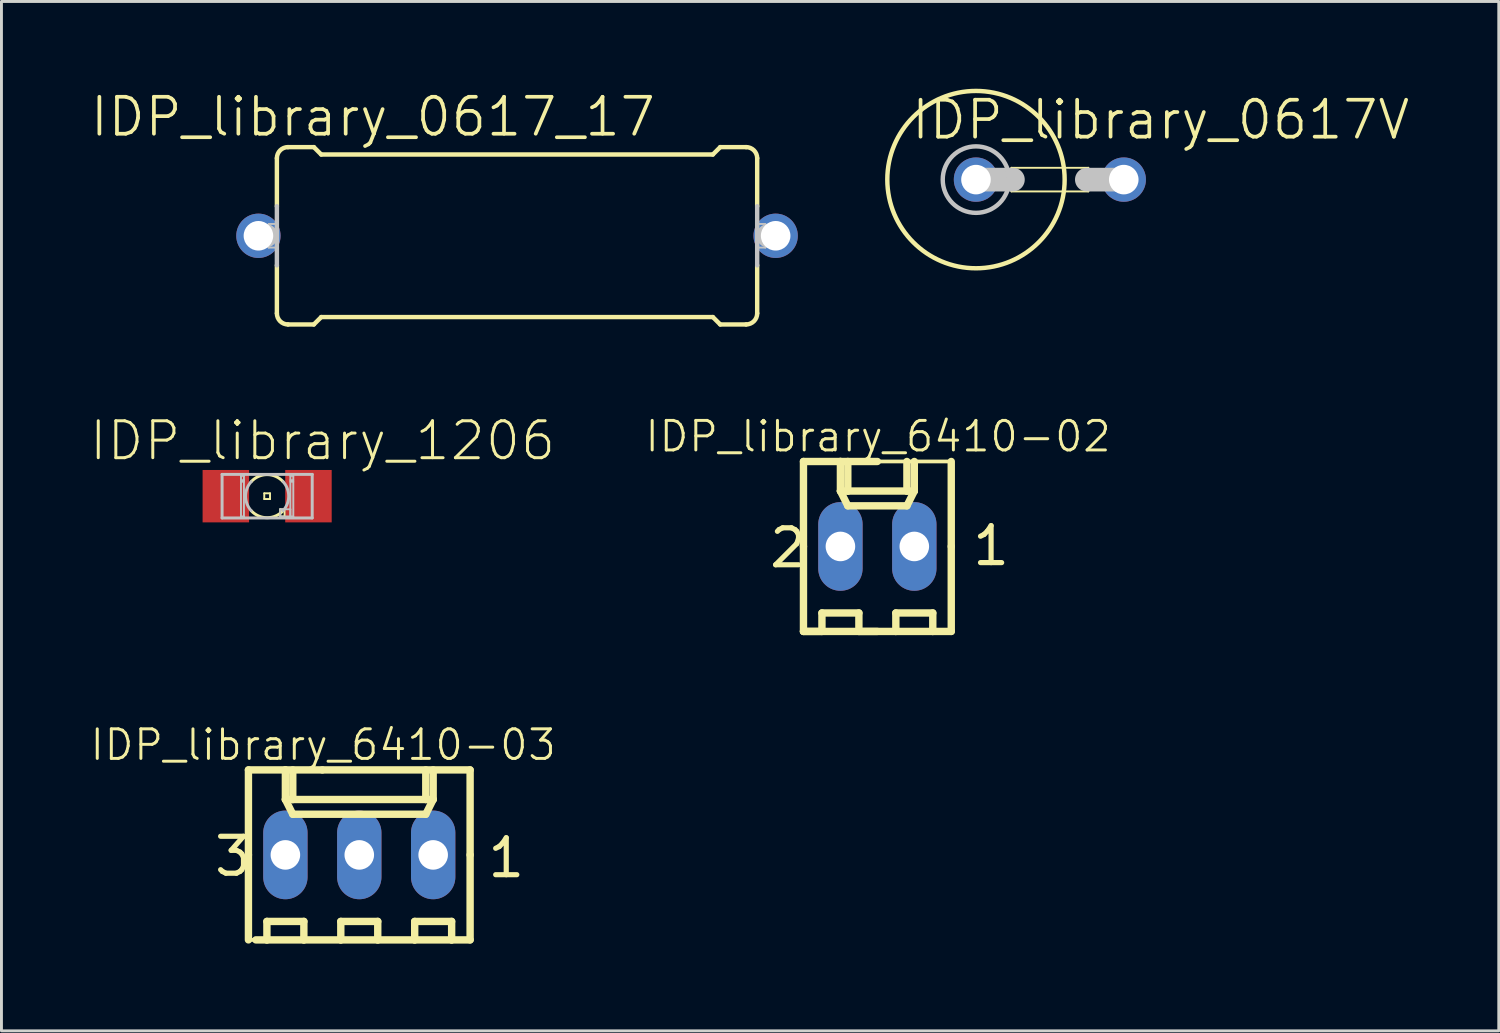
<source format=kicad_pcb>
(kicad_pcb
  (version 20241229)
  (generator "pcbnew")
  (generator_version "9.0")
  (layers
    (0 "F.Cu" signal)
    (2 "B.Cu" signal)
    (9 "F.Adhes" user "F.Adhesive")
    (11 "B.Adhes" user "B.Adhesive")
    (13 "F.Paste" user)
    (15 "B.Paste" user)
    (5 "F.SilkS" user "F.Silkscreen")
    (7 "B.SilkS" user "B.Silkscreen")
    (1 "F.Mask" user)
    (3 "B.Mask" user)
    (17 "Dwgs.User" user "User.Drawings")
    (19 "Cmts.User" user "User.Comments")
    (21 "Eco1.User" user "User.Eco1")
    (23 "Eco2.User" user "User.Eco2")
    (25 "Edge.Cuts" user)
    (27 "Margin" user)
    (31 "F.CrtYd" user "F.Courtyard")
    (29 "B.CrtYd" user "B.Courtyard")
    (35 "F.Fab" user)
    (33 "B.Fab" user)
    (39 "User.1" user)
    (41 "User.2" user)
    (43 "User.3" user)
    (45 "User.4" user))
  (footprint "IDP_library_0617_17"
    (layer "F.Cu")
    (at 14.723 5.055)
    (property "Reference" "IDP_library_0617_17" (at -4.953 -4.089 0) (layer "F.SilkS") (effects (font (size 1.27 1.27) (thickness 0.127))))
    (attr exclude_from_pos_files exclude_from_bom)
    (fp_line (start -8.255 -1.016) (end -8.255 -2.667) (stroke (width 0.152) (type solid)) (layer "F.SilkS"))
    (fp_line (start -8.255 2.667) (end -8.255 1.016) (stroke (width 0.152) (type solid)) (layer "F.SilkS"))
    (fp_line (start -7.874 -3.048) (end -6.985 -3.048) (stroke (width 0.152) (type solid)) (layer "F.SilkS"))
    (fp_line (start -7.874 3.048) (end -6.985 3.048) (stroke (width 0.152) (type solid)) (layer "F.SilkS"))
    (fp_line (start -6.731 -2.794) (end -6.985 -3.048) (stroke (width 0.152) (type solid)) (layer "F.SilkS"))
    (fp_line (start -6.731 2.794) (end -6.985 3.048) (stroke (width 0.152) (type solid)) (layer "F.SilkS"))
    (fp_line (start 6.731 -2.794) (end -6.731 -2.794) (stroke (width 0.152) (type solid)) (layer "F.SilkS"))
    (fp_line (start 6.731 -2.794) (end 6.985 -3.048) (stroke (width 0.152) (type solid)) (layer "F.SilkS"))
    (fp_line (start 6.731 2.794) (end -6.731 2.794) (stroke (width 0.152) (type solid)) (layer "F.SilkS"))
    (fp_line (start 6.731 2.794) (end 6.985 3.048) (stroke (width 0.152) (type solid)) (layer "F.SilkS"))
    (fp_line (start 7.874 -3.048) (end 6.985 -3.048) (stroke (width 0.152) (type solid)) (layer "F.SilkS"))
    (fp_line (start 7.874 3.048) (end 6.985 3.048) (stroke (width 0.152) (type solid)) (layer "F.SilkS"))
    (fp_line (start 8.255 -1.016) (end 8.255 -2.667) (stroke (width 0.152) (type solid)) (layer "F.SilkS"))
    (fp_line (start 8.255 2.667) (end 8.255 1.016) (stroke (width 0.152) (type solid)) (layer "F.SilkS"))
    (fp_arc (start -8.255 -2.667) (mid -8.143408 -2.936408) (end -7.874 -3.048) (stroke (width 0.1524) (type solid)) (layer "F.SilkS"))
    (fp_arc (start -7.874 3.048) (mid -8.143408 2.936408) (end -8.255 2.667) (stroke (width 0.1524) (type solid)) (layer "F.SilkS"))
    (fp_arc (start 7.874 -3.048) (mid 8.143408 -2.936408) (end 8.255 -2.667) (stroke (width 0.1524) (type solid)) (layer "F.SilkS"))
    (fp_arc (start 8.255 2.667) (mid 8.143408 2.936408) (end 7.874 3.048) (stroke (width 0.1524) (type solid)) (layer "F.SilkS"))
    (fp_line (start -8.89 0) (end -8.636 0) (stroke (width 0.813) (type solid)) (layer "Dwgs.User"))
    (fp_line (start -8.534 -0.406) (end -8.23 -0.406) (stroke (width 0.066) (type solid)) (layer "Dwgs.User"))
    (fp_line (start -8.534 0.406) (end -8.534 -0.406) (stroke (width 0.066) (type solid)) (layer "Dwgs.User"))
    (fp_line (start -8.534 0.406) (end -8.23 0.406) (stroke (width 0.066) (type solid)) (layer "Dwgs.User"))
    (fp_line (start -8.255 -1.016) (end -8.255 1.016) (stroke (width 0.152) (type solid)) (layer "Dwgs.User"))
    (fp_line (start -8.23 0.406) (end -8.23 -0.406) (stroke (width 0.066) (type solid)) (layer "Dwgs.User"))
    (fp_line (start 8.23 -0.406) (end 8.534 -0.406) (stroke (width 0.066) (type solid)) (layer "Dwgs.User"))
    (fp_line (start 8.23 0.406) (end 8.23 -0.406) (stroke (width 0.066) (type solid)) (layer "Dwgs.User"))
    (fp_line (start 8.23 0.406) (end 8.534 0.406) (stroke (width 0.066) (type solid)) (layer "Dwgs.User"))
    (fp_line (start 8.255 -1.016) (end 8.255 1.016) (stroke (width 0.152) (type solid)) (layer "Dwgs.User"))
    (fp_line (start 8.534 0.406) (end 8.534 -0.406) (stroke (width 0.066) (type solid)) (layer "Dwgs.User"))
    (fp_line (start 8.636 0) (end 8.89 0) (stroke (width 0.813) (type solid)) (layer "Dwgs.User"))
    (pad "1" thru_hole circle (at -8.89 0) (size 1.524 1.524) (drill 1.016) (layers "*.Cu" "*.Paste" "*.Mask"))
    (pad "2" thru_hole circle (at 8.89 0) (size 1.524 1.524) (drill 1.016) (layers "*.Cu" "*.Paste" "*.Mask")))
  (footprint "IDP_library_6410-02"
    (layer "F.Cu")
    (at 27.109 15.734)
    (property "Reference" "IDP_library_6410-02" (at 0.025 -3.782 0) (layer "F.SilkS") (effects (font (size 1.016 1.016) (thickness 0.102))))
    (attr exclude_from_pos_files exclude_from_bom)
    (fp_line (start -2.54 -2.921) (end -1.27 -2.921) (stroke (width 0.254) (type solid)) (layer "F.SilkS"))
    (fp_line (start -2.54 0) (end -2.54 -2.921) (stroke (width 0.254) (type solid)) (layer "F.SilkS"))
    (fp_line (start -2.54 0) (end -2.54 2.921) (stroke (width 0.254) (type solid)) (layer "F.SilkS"))
    (fp_line (start -2.54 2.921) (end -1.905 2.921) (stroke (width 0.254) (type solid)) (layer "F.SilkS"))
    (fp_line (start -2.54 2.921) (end 0 2.921) (stroke (width 0.254) (type solid)) (layer "F.SilkS"))
    (fp_line (start -2.286 2.921) (end -1.905 2.921) (stroke (width 0.127) (type solid)) (layer "F.SilkS"))
    (fp_line (start -1.905 2.286) (end -0.635 2.286) (stroke (width 0.254) (type solid)) (layer "F.SilkS"))
    (fp_line (start -1.905 2.921) (end -1.905 2.286) (stroke (width 0.254) (type solid)) (layer "F.SilkS"))
    (fp_line (start -1.27 -2.921) (end 0 -2.921) (stroke (width 0.254) (type solid)) (layer "F.SilkS"))
    (fp_line (start -1.27 -2.54) (end -1.27 -2.921) (stroke (width 0.127) (type solid)) (layer "F.SilkS"))
    (fp_line (start -1.27 -1.905) (end -1.27 -2.921) (stroke (width 0.254) (type solid)) (layer "F.SilkS"))
    (fp_line (start -1.27 -1.905) (end -1.016 -1.905) (stroke (width 0.254) (type solid)) (layer "F.SilkS"))
    (fp_line (start -1.27 -1.905) (end -1.016 -1.397) (stroke (width 0.254) (type solid)) (layer "F.SilkS"))
    (fp_line (start -1.016 -2.921) (end -1.27 -2.921) (stroke (width 0.127) (type solid)) (layer "F.SilkS"))
    (fp_line (start -1.016 -2.921) (end -1.016 -1.905) (stroke (width 0.254) (type solid)) (layer "F.SilkS"))
    (fp_line (start -1.016 -1.905) (end 1.016 -1.905) (stroke (width 0.254) (type solid)) (layer "F.SilkS"))
    (fp_line (start -1.016 -1.397) (end 1.016 -1.397) (stroke (width 0.254) (type solid)) (layer "F.SilkS"))
    (fp_line (start -0.635 2.286) (end -0.635 2.921) (stroke (width 0.254) (type solid)) (layer "F.SilkS"))
    (fp_line (start -0.635 2.921) (end 0.635 2.921) (stroke (width 0.254) (type solid)) (layer "F.SilkS"))
    (fp_line (start 0.635 2.286) (end 1.905 2.286) (stroke (width 0.254) (type solid)) (layer "F.SilkS"))
    (fp_line (start 0.635 2.921) (end 0 2.921) (stroke (width 0.127) (type solid)) (layer "F.SilkS"))
    (fp_line (start 0.635 2.921) (end 0.635 2.286) (stroke (width 0.254) (type solid)) (layer "F.SilkS"))
    (fp_line (start 1.016 -2.921) (end 1.016 -1.905) (stroke (width 0.254) (type solid)) (layer "F.SilkS"))
    (fp_line (start 1.016 -1.905) (end 1.27 -1.905) (stroke (width 0.254) (type solid)) (layer "F.SilkS"))
    (fp_line (start 1.016 -1.397) (end 1.27 -1.905) (stroke (width 0.254) (type solid)) (layer "F.SilkS"))
    (fp_line (start 1.27 -1.905) (end 1.27 -2.921) (stroke (width 0.254) (type solid)) (layer "F.SilkS"))
    (fp_line (start 1.905 2.286) (end 1.905 2.921) (stroke (width 0.254) (type solid)) (layer "F.SilkS"))
    (fp_line (start 1.905 2.921) (end 0.635 2.921) (stroke (width 0.254) (type solid)) (layer "F.SilkS"))
    (fp_line (start 1.905 2.921) (end 2.54 2.921) (stroke (width 0.254) (type solid)) (layer "F.SilkS"))
    (fp_line (start 2.54 -2.921) (end 0 -2.921) (stroke (width 0.127) (type solid)) (layer "F.SilkS"))
    (fp_line (start 2.54 0) (end 2.54 -2.921) (stroke (width 0.254) (type solid)) (layer "F.SilkS"))
    (fp_line (start 2.54 0) (end 2.54 2.921) (stroke (width 0.254) (type solid)) (layer "F.SilkS"))
    (fp_line (start 2.54 2.921) (end 1.905 2.921) (stroke (width 0.127) (type solid)) (layer "F.SilkS"))
    (fp_line (start -1.524 -0.254) (end -1.016 -0.254) (stroke (width 0.066) (type solid)) (layer "Dwgs.User"))
    (fp_line (start -1.524 0.254) (end -1.524 -0.254) (stroke (width 0.066) (type solid)) (layer "Dwgs.User"))
    (fp_line (start -1.524 0.254) (end -1.016 0.254) (stroke (width 0.066) (type solid)) (layer "Dwgs.User"))
    (fp_line (start -1.016 0.254) (end -1.016 -0.254) (stroke (width 0.066) (type solid)) (layer "Dwgs.User"))
    (fp_line (start 1.016 -0.254) (end 1.524 -0.254) (stroke (width 0.066) (type solid)) (layer "Dwgs.User"))
    (fp_line (start 1.016 0.254) (end 1.016 -0.254) (stroke (width 0.066) (type solid)) (layer "Dwgs.User"))
    (fp_line (start 1.016 0.254) (end 1.524 0.254) (stroke (width 0.066) (type solid)) (layer "Dwgs.User"))
    (fp_line (start 1.524 0.254) (end 1.524 -0.254) (stroke (width 0.066) (type solid)) (layer "Dwgs.User"))
    (fp_text user "2" (at -3.073 0.051 0) (layer "F.SilkS") (effects (font (size 1.27 1.27) (thickness 0.178))))
    (fp_text user "1" (at 3.909 -0.023 0) (layer "F.SilkS") (effects (font (size 1.27 1.27) (thickness 0.178))))
    (pad "1" thru_hole oval (at 1.27 0 180) (size 1.524 3.048) (drill 1.016) (layers "*.Cu" "*.Paste" "*.Mask"))
    (pad "2" thru_hole oval (at -1.27 0 180) (size 1.524 3.048) (drill 1.016) (layers "*.Cu" "*.Paste" "*.Mask")))
  (footprint "IDP_library_6410-03"
    (layer "F.Cu")
    (at 9.3 26.337)
    (property "Reference" "IDP_library_6410-03" (at -1.242 -3.782 0) (layer "F.SilkS") (effects (font (size 1.016 1.016) (thickness 0.102))))
    (attr exclude_from_pos_files exclude_from_bom)
    (fp_line (start -3.81 -2.921) (end -2.54 -2.921) (stroke (width 0.254) (type solid)) (layer "F.SilkS"))
    (fp_line (start -3.81 0) (end -3.81 -2.921) (stroke (width 0.254) (type solid)) (layer "F.SilkS"))
    (fp_line (start -3.81 0) (end -3.81 2.921) (stroke (width 0.254) (type solid)) (layer "F.SilkS"))
    (fp_line (start -3.81 2.921) (end -1.27 2.921) (stroke (width 0.127) (type solid)) (layer "F.SilkS"))
    (fp_line (start -3.556 2.921) (end -3.175 2.921) (stroke (width 0.254) (type solid)) (layer "F.SilkS"))
    (fp_line (start -3.175 2.286) (end -1.905 2.286) (stroke (width 0.254) (type solid)) (layer "F.SilkS"))
    (fp_line (start -3.175 2.921) (end -3.175 2.286) (stroke (width 0.254) (type solid)) (layer "F.SilkS"))
    (fp_line (start -2.54 -2.921) (end -1.27 -2.921) (stroke (width 0.254) (type solid)) (layer "F.SilkS"))
    (fp_line (start -2.54 -2.54) (end -2.54 -2.921) (stroke (width 0.127) (type solid)) (layer "F.SilkS"))
    (fp_line (start -2.54 -1.905) (end -2.54 -2.921) (stroke (width 0.254) (type solid)) (layer "F.SilkS"))
    (fp_line (start -2.54 -1.905) (end -2.286 -1.905) (stroke (width 0.254) (type solid)) (layer "F.SilkS"))
    (fp_line (start -2.54 -1.905) (end -2.286 -1.397) (stroke (width 0.254) (type solid)) (layer "F.SilkS"))
    (fp_line (start -2.286 -2.921) (end -2.54 -2.921) (stroke (width 0.127) (type solid)) (layer "F.SilkS"))
    (fp_line (start -2.286 -2.921) (end -2.286 -1.905) (stroke (width 0.254) (type solid)) (layer "F.SilkS"))
    (fp_line (start -2.286 -1.905) (end 2.286 -1.905) (stroke (width 0.254) (type solid)) (layer "F.SilkS"))
    (fp_line (start -2.286 -1.397) (end 2.286 -1.397) (stroke (width 0.254) (type solid)) (layer "F.SilkS"))
    (fp_line (start -1.905 2.286) (end -1.905 2.921) (stroke (width 0.254) (type solid)) (layer "F.SilkS"))
    (fp_line (start -1.905 2.921) (end -3.175 2.921) (stroke (width 0.254) (type solid)) (layer "F.SilkS"))
    (fp_line (start -1.905 2.921) (end -0.635 2.921) (stroke (width 0.254) (type solid)) (layer "F.SilkS"))
    (fp_line (start -0.635 2.286) (end 0.635 2.286) (stroke (width 0.254) (type solid)) (layer "F.SilkS"))
    (fp_line (start -0.635 2.921) (end -1.27 2.921) (stroke (width 0.127) (type solid)) (layer "F.SilkS"))
    (fp_line (start -0.635 2.921) (end -0.635 2.286) (stroke (width 0.254) (type solid)) (layer "F.SilkS"))
    (fp_line (start 0.635 2.286) (end 0.635 2.921) (stroke (width 0.254) (type solid)) (layer "F.SilkS"))
    (fp_line (start 0.635 2.921) (end -0.635 2.921) (stroke (width 0.254) (type solid)) (layer "F.SilkS"))
    (fp_line (start 0.635 2.921) (end 1.905 2.921) (stroke (width 0.254) (type solid)) (layer "F.SilkS"))
    (fp_line (start 1.905 2.286) (end 3.175 2.286) (stroke (width 0.254) (type solid)) (layer "F.SilkS"))
    (fp_line (start 1.905 2.921) (end 1.905 2.286) (stroke (width 0.254) (type solid)) (layer "F.SilkS"))
    (fp_line (start 2.286 -2.921) (end 2.286 -1.905) (stroke (width 0.254) (type solid)) (layer "F.SilkS"))
    (fp_line (start 2.286 -1.905) (end 2.54 -1.905) (stroke (width 0.254) (type solid)) (layer "F.SilkS"))
    (fp_line (start 2.286 -1.397) (end 2.54 -1.905) (stroke (width 0.254) (type solid)) (layer "F.SilkS"))
    (fp_line (start 2.54 -1.905) (end 2.54 -2.921) (stroke (width 0.254) (type solid)) (layer "F.SilkS"))
    (fp_line (start 3.175 2.286) (end 3.175 2.921) (stroke (width 0.254) (type solid)) (layer "F.SilkS"))
    (fp_line (start 3.175 2.921) (end 1.905 2.921) (stroke (width 0.254) (type solid)) (layer "F.SilkS"))
    (fp_line (start 3.175 2.921) (end 3.81 2.921) (stroke (width 0.254) (type solid)) (layer "F.SilkS"))
    (fp_line (start 3.81 -2.921) (end -1.27 -2.921) (stroke (width 0.254) (type solid)) (layer "F.SilkS"))
    (fp_line (start 3.81 0) (end 3.81 -2.921) (stroke (width 0.254) (type solid)) (layer "F.SilkS"))
    (fp_line (start 3.81 0) (end 3.81 2.921) (stroke (width 0.254) (type solid)) (layer "F.SilkS"))
    (fp_line (start -2.794 -0.254) (end -2.286 -0.254) (stroke (width 0.066) (type solid)) (layer "Dwgs.User"))
    (fp_line (start -2.794 0.254) (end -2.794 -0.254) (stroke (width 0.066) (type solid)) (layer "Dwgs.User"))
    (fp_line (start -2.794 0.254) (end -2.286 0.254) (stroke (width 0.066) (type solid)) (layer "Dwgs.User"))
    (fp_line (start -2.286 0.254) (end -2.286 -0.254) (stroke (width 0.066) (type solid)) (layer "Dwgs.User"))
    (fp_line (start -0.254 -0.254) (end 0.254 -0.254) (stroke (width 0.066) (type solid)) (layer "Dwgs.User"))
    (fp_line (start -0.254 0.254) (end -0.254 -0.254) (stroke (width 0.066) (type solid)) (layer "Dwgs.User"))
    (fp_line (start -0.254 0.254) (end 0.254 0.254) (stroke (width 0.066) (type solid)) (layer "Dwgs.User"))
    (fp_line (start 0.254 0.254) (end 0.254 -0.254) (stroke (width 0.066) (type solid)) (layer "Dwgs.User"))
    (fp_line (start 2.286 -0.254) (end 2.794 -0.254) (stroke (width 0.066) (type solid)) (layer "Dwgs.User"))
    (fp_line (start 2.286 0.254) (end 2.286 -0.254) (stroke (width 0.066) (type solid)) (layer "Dwgs.User"))
    (fp_line (start 2.286 0.254) (end 2.794 0.254) (stroke (width 0.066) (type solid)) (layer "Dwgs.User"))
    (fp_line (start 2.794 0.254) (end 2.794 -0.254) (stroke (width 0.066) (type solid)) (layer "Dwgs.User"))
    (fp_text user "3" (at -4.343 0.051 0) (layer "F.SilkS") (effects (font (size 1.27 1.27) (thickness 0.178))))
    (fp_text user "1" (at 5.052 0.102 0) (layer "F.SilkS") (effects (font (size 1.27 1.27) (thickness 0.178))))
    (pad "1" thru_hole oval (at 2.54 0 180) (size 1.524 3.048) (drill 1.016) (layers "*.Cu" "*.Paste" "*.Mask"))
    (pad "2" thru_hole oval (at 0 0 180) (size 1.524 3.048) (drill 1.016) (layers "*.Cu" "*.Paste" "*.Mask"))
    (pad "3" thru_hole oval (at -2.54 0 180) (size 1.524 3.048) (drill 1.016) (layers "*.Cu" "*.Paste" "*.Mask")))
  (footprint "IDP_library_0617V"
    (layer "F.Cu")
    (at 33.039 3.124)
    (property "Reference" "IDP_library_0617V" (at 3.81 -2.057 0) (layer "F.SilkS") (effects (font (size 1.27 1.27) (thickness 0.127))))
    (attr exclude_from_pos_files exclude_from_bom)
    (fp_line (start -1.321 -0.406) (end 1.321 -0.406) (stroke (width 0.066) (type solid)) (layer "F.SilkS"))
    (fp_line (start -1.321 0.406) (end -1.321 -0.406) (stroke (width 0.066) (type solid)) (layer "F.SilkS"))
    (fp_line (start -1.321 0.406) (end 1.321 0.406) (stroke (width 0.066) (type solid)) (layer "F.SilkS"))
    (fp_line (start 1.321 0.406) (end 1.321 -0.406) (stroke (width 0.066) (type solid)) (layer "F.SilkS"))
    (fp_circle (center -2.54 0) (end -2.54 -3.048) (stroke (width 0.152) (type solid)) (fill no) (layer "F.SilkS"))
    (fp_line (start -2.54 0) (end -1.27 0) (stroke (width 0.813) (type solid)) (layer "Dwgs.User"))
    (fp_line (start 1.27 0) (end 2.54 0) (stroke (width 0.813) (type solid)) (layer "Dwgs.User"))
    (fp_circle (center -2.54 0) (end -2.54 -1.143) (stroke (width 0.152) (type solid)) (fill no) (layer "Dwgs.User"))
    (pad "1" thru_hole circle (at -2.54 0) (size 1.524 1.524) (drill 1.016) (layers "*.Cu" "*.Paste" "*.Mask"))
    (pad "2" thru_hole circle (at 2.54 0) (size 1.524 1.524) (drill 1.016) (layers "*.Cu" "*.Paste" "*.Mask")))
  (footprint "IDP_library_1206"
    (layer "F.Cu")
    (at 6.133 14.006)
    (property "Reference" "IDP_library_1206" (at 1.905 -1.905 0) (layer "F.SilkS") (effects (font (size 1.27 1.27) (thickness 0.102))))
    (attr smd)
    (fp_line (start -0.099 -0.099) (end 0.099 -0.099) (stroke (width 0.066) (type solid)) (layer "F.SilkS"))
    (fp_line (start -0.099 0.099) (end -0.099 -0.099) (stroke (width 0.066) (type solid)) (layer "F.SilkS"))
    (fp_line (start -0.099 0.099) (end 0.099 0.099) (stroke (width 0.066) (type solid)) (layer "F.SilkS"))
    (fp_line (start 0.099 0.099) (end 0.099 -0.099) (stroke (width 0.066) (type solid)) (layer "F.SilkS"))
    (fp_line (start 0.45 0.45) (end 0.599 0.45) (stroke (width 0.066) (type solid)) (layer "F.SilkS"))
    (fp_line (start 0.45 0.699) (end 0.45 0.45) (stroke (width 0.066) (type solid)) (layer "F.SilkS"))
    (fp_line (start 0.45 0.699) (end 0.599 0.699) (stroke (width 0.066) (type solid)) (layer "F.SilkS"))
    (fp_line (start 0.599 0.699) (end 0.599 0.45) (stroke (width 0.066) (type solid)) (layer "F.SilkS"))
    (fp_arc (start -0.54864 -0.49784) (mid -0.001024 -0.740844) (end 0.547262 -0.499354) (stroke (width 0.1016) (type solid)) (layer "F.SilkS"))
    (fp_arc (start 0.54864 0.49784) (mid 0.001024 0.740844) (end -0.547262 0.499354) (stroke (width 0.1016) (type solid)) (layer "F.SilkS"))
    (fp_line (start -1.549 -0.749) (end 1.549 -0.749) (stroke (width 0.102) (type solid)) (layer "Dwgs.User"))
    (fp_line (start -1.549 0.749) (end -1.549 -0.749) (stroke (width 0.102) (type solid)) (layer "Dwgs.User"))
    (fp_line (start -0.899 -0.699) (end -0.798 -0.699) (stroke (width 0.066) (type solid)) (layer "Dwgs.User"))
    (fp_line (start -0.899 -0.549) (end -0.899 -0.699) (stroke (width 0.066) (type solid)) (layer "Dwgs.User"))
    (fp_line (start -0.899 -0.549) (end -0.798 -0.549) (stroke (width 0.066) (type solid)) (layer "Dwgs.User"))
    (fp_line (start -0.899 -0.498) (end -0.798 -0.498) (stroke (width 0.066) (type solid)) (layer "Dwgs.User"))
    (fp_line (start -0.899 0.699) (end -0.899 -0.498) (stroke (width 0.066) (type solid)) (layer "Dwgs.User"))
    (fp_line (start -0.899 0.699) (end -0.798 0.699) (stroke (width 0.066) (type solid)) (layer "Dwgs.User"))
    (fp_line (start -0.798 -0.549) (end -0.798 -0.699) (stroke (width 0.066) (type solid)) (layer "Dwgs.User"))
    (fp_line (start -0.798 0.699) (end -0.798 -0.498) (stroke (width 0.066) (type solid)) (layer "Dwgs.User"))
    (fp_line (start 0.45 0.45) (end 0.798 0.45) (stroke (width 0.066) (type solid)) (layer "Dwgs.User"))
    (fp_line (start 0.45 0.699) (end 0.45 0.45) (stroke (width 0.066) (type solid)) (layer "Dwgs.User"))
    (fp_line (start 0.45 0.699) (end 0.798 0.699) (stroke (width 0.066) (type solid)) (layer "Dwgs.User"))
    (fp_line (start 0.798 -0.699) (end 0.899 -0.699) (stroke (width 0.066) (type solid)) (layer "Dwgs.User"))
    (fp_line (start 0.798 -0.549) (end 0.798 -0.699) (stroke (width 0.066) (type solid)) (layer "Dwgs.User"))
    (fp_line (start 0.798 -0.549) (end 0.899 -0.549) (stroke (width 0.066) (type solid)) (layer "Dwgs.User"))
    (fp_line (start 0.798 -0.498) (end 0.899 -0.498) (stroke (width 0.066) (type solid)) (layer "Dwgs.User"))
    (fp_line (start 0.798 0.699) (end 0.798 -0.498) (stroke (width 0.066) (type solid)) (layer "Dwgs.User"))
    (fp_line (start 0.798 0.699) (end 0.798 0.45) (stroke (width 0.066) (type solid)) (layer "Dwgs.User"))
    (fp_line (start 0.798 0.699) (end 0.899 0.699) (stroke (width 0.066) (type solid)) (layer "Dwgs.User"))
    (fp_line (start 0.899 -0.549) (end 0.899 -0.699) (stroke (width 0.066) (type solid)) (layer "Dwgs.User"))
    (fp_line (start 0.899 0.699) (end 0.899 -0.498) (stroke (width 0.066) (type solid)) (layer "Dwgs.User"))
    (fp_line (start 1.549 -0.749) (end 1.549 0.749) (stroke (width 0.102) (type solid)) (layer "Dwgs.User"))
    (fp_line (start 1.549 0.749) (end -1.549 0.749) (stroke (width 0.102) (type solid)) (layer "Dwgs.User"))
    (fp_arc (start -0.54864 0.49784) (mid -0.740844 -0.000377) (end -0.548133 -0.498398) (stroke (width 0.1016) (type solid)) (layer "Dwgs.User"))
    (fp_arc (start 0.54864 -0.49784) (mid 0.740844 0.000377) (end 0.548133 0.498398) (stroke (width 0.1016) (type solid)) (layer "Dwgs.User"))
    (pad "A" smd rect (at -1.42 0) (size 1.598 1.801) (layers "F.Cu" "F.Mask" "F.Paste"))
    (pad "C" smd rect (at 1.42 0) (size 1.598 1.801) (layers "F.Cu" "F.Mask" "F.Paste")))
  (gr_rect
    (start -3 -3)
    (end 48.47 32.385)
    (stroke (width 0.1) (type default))
    (fill no)
    (layer "Edge.Cuts")))
</source>
